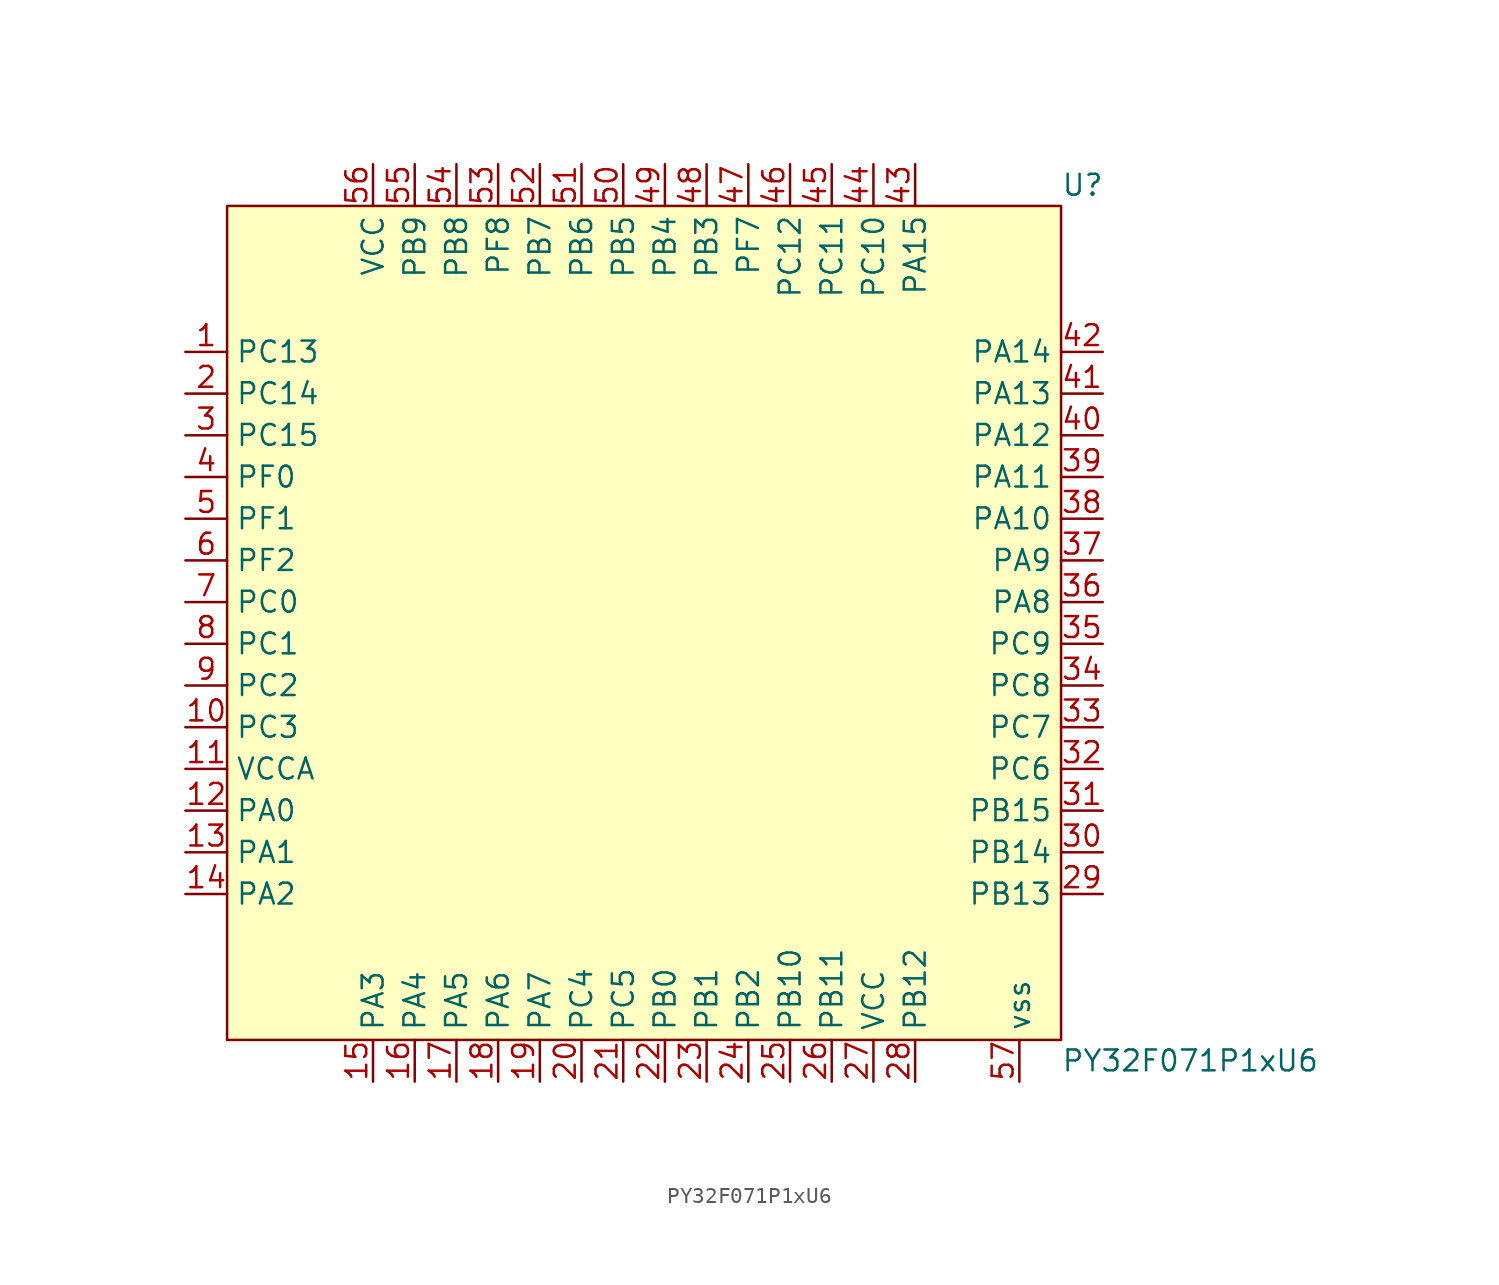
<source format=kicad_sym>
(kicad_symbol_lib
  (version 20241209)
  (generator "kicad_symbol_editor")
  (generator_version "9.0")
  (symbol "PY32F071P1xU6"
    (property "Reference" "U"
      (at 25.4 26.67 0)
      (effects (font (size 1.27 1.27)) (justify left)))
    (property "Value" "PY32F071P1xU6"
      (at 25.4 -26.67 0)
      (effects (font (size 1.27 1.27)) (justify left)))
    (symbol "PY32F071P1xU6_0_0"
      (pin unspecified line (at -27.94 16.51 0) (length 2.54) (name "PC13" (effects (font (size 1.27 1.27)))) (number "1" (effects (font (size 1.27 1.27)))))
      (pin unspecified line (at -27.94 13.97 0) (length 2.54) (name "PC14" (effects (font (size 1.27 1.27)))) (number "2" (effects (font (size 1.27 1.27)))))
      (pin unspecified line (at -27.94 11.43 0) (length 2.54) (name "PC15" (effects (font (size 1.27 1.27)))) (number "3" (effects (font (size 1.27 1.27)))))
      (pin unspecified line (at -27.94 8.89 0) (length 2.54) (name "PF0" (effects (font (size 1.27 1.27)))) (number "4" (effects (font (size 1.27 1.27)))))
      (pin unspecified line (at -27.94 6.35 0) (length 2.54) (name "PF1" (effects (font (size 1.27 1.27)))) (number "5" (effects (font (size 1.27 1.27)))))
      (pin unspecified line (at -27.94 3.81 0) (length 2.54) (name "PF2" (effects (font (size 1.27 1.27)))) (number "6" (effects (font (size 1.27 1.27)))))
      (pin unspecified line (at -27.94 1.27 0) (length 2.54) (name "PC0" (effects (font (size 1.27 1.27)))) (number "7" (effects (font (size 1.27 1.27)))))
      (pin unspecified line (at -27.94 -1.27 0) (length 2.54) (name "PC1" (effects (font (size 1.27 1.27)))) (number "8" (effects (font (size 1.27 1.27)))))
      (pin unspecified line (at -27.94 -3.81 0) (length 2.54) (name "PC2" (effects (font (size 1.27 1.27)))) (number "9" (effects (font (size 1.27 1.27)))))
      (pin unspecified line (at -27.94 -6.35 0) (length 2.54) (name "PC3" (effects (font (size 1.27 1.27)))) (number "10" (effects (font (size 1.27 1.27)))))
      (pin unspecified line (at -27.94 -8.89 0) (length 2.54) (name "VCCA" (effects (font (size 1.27 1.27)))) (number "11" (effects (font (size 1.27 1.27)))))
      (pin unspecified line (at -27.94 -11.43 0) (length 2.54) (name "PA0" (effects (font (size 1.27 1.27)))) (number "12" (effects (font (size 1.27 1.27)))))
      (pin unspecified line (at -27.94 -13.97 0) (length 2.54) (name "PA1" (effects (font (size 1.27 1.27)))) (number "13" (effects (font (size 1.27 1.27)))))
      (pin unspecified line (at -27.94 -16.51 0) (length 2.54) (name "PA2" (effects (font (size 1.27 1.27)))) (number "14" (effects (font (size 1.27 1.27)))))
      (pin unspecified line (at -16.51 -27.94 90) (length 2.54) (name "PA3" (effects (font (size 1.27 1.27)))) (number "15" (effects (font (size 1.27 1.27)))))
      (pin unspecified line (at -13.97 27.94 270) (length 2.54) (name "PB9" (effects (font (size 1.27 1.27)))) (number "55" (effects (font (size 1.27 1.27)))))
      (pin unspecified line (at -13.97 -27.94 90) (length 2.54) (name "PA4" (effects (font (size 1.27 1.27)))) (number "16" (effects (font (size 1.27 1.27)))))
      (pin unspecified line (at -11.43 27.94 270) (length 2.54) (name "PB8" (effects (font (size 1.27 1.27)))) (number "54" (effects (font (size 1.27 1.27)))))
      (pin unspecified line (at -11.43 -27.94 90) (length 2.54) (name "PA5" (effects (font (size 1.27 1.27)))) (number "17" (effects (font (size 1.27 1.27)))))
      (pin unspecified line (at -8.89 27.94 270) (length 2.54) (name "PF8" (effects (font (size 1.27 1.27)))) (number "53" (effects (font (size 1.27 1.27)))))
      (pin unspecified line (at -8.89 -27.94 90) (length 2.54) (name "PA6" (effects (font (size 1.27 1.27)))) (number "18" (effects (font (size 1.27 1.27)))))
      (pin unspecified line (at -6.35 27.94 270) (length 2.54) (name "PB7" (effects (font (size 1.27 1.27)))) (number "52" (effects (font (size 1.27 1.27)))))
      (pin unspecified line (at -6.35 -27.94 90) (length 2.54) (name "PA7" (effects (font (size 1.27 1.27)))) (number "19" (effects (font (size 1.27 1.27)))))
      (pin unspecified line (at -3.81 27.94 270) (length 2.54) (name "PB6" (effects (font (size 1.27 1.27)))) (number "51" (effects (font (size 1.27 1.27)))))
      (pin unspecified line (at -3.81 -27.94 90) (length 2.54) (name "PC4" (effects (font (size 1.27 1.27)))) (number "20" (effects (font (size 1.27 1.27)))))
      (pin unspecified line (at -1.27 27.94 270) (length 2.54) (name "PB5" (effects (font (size 1.27 1.27)))) (number "50" (effects (font (size 1.27 1.27)))))
      (pin unspecified line (at -1.27 -27.94 90) (length 2.54) (name "PC5" (effects (font (size 1.27 1.27)))) (number "21" (effects (font (size 1.27 1.27)))))
      (pin unspecified line (at 1.27 27.94 270) (length 2.54) (name "PB4" (effects (font (size 1.27 1.27)))) (number "49" (effects (font (size 1.27 1.27)))))
      (pin unspecified line (at 1.27 -27.94 90) (length 2.54) (name "PB0" (effects (font (size 1.27 1.27)))) (number "22" (effects (font (size 1.27 1.27)))))
      (pin unspecified line (at 3.81 27.94 270) (length 2.54) (name "PB3" (effects (font (size 1.27 1.27)))) (number "48" (effects (font (size 1.27 1.27)))))
      (pin unspecified line (at 3.81 -27.94 90) (length 2.54) (name "PB1" (effects (font (size 1.27 1.27)))) (number "23" (effects (font (size 1.27 1.27)))))
      (pin unspecified line (at 6.35 27.94 270) (length 2.54) (name "PF7" (effects (font (size 1.27 1.27)))) (number "47" (effects (font (size 1.27 1.27)))))
      (pin unspecified line (at 8.89 27.94 270) (length 2.54) (name "PC12" (effects (font (size 1.27 1.27)))) (number "46" (effects (font (size 1.27 1.27)))))
      (pin unspecified line (at 11.43 27.94 270) (length 2.54) (name "PC11" (effects (font (size 1.27 1.27)))) (number "45" (effects (font (size 1.27 1.27)))))
      (pin unspecified line (at 11.43 -27.94 90) (length 2.54) (name "PB11" (effects (font (size 1.27 1.27)))) (number "26" (effects (font (size 1.27 1.27)))))
      (pin unspecified line (at 13.97 27.94 270) (length 2.54) (name "PC10" (effects (font (size 1.27 1.27)))) (number "44" (effects (font (size 1.27 1.27)))))
      (pin unspecified line (at 13.97 -27.94 90) (length 2.54) (name "VCC" (effects (font (size 1.27 1.27)))) (number "27" (effects (font (size 1.27 1.27)))))
      (pin unspecified line (at 16.51 27.94 270) (length 2.54) (name "PA15" (effects (font (size 1.27 1.27)))) (number "43" (effects (font (size 1.27 1.27)))))
      (pin unspecified line (at 27.94 16.51 180) (length 2.54) (name "PA14" (effects (font (size 1.27 1.27)))) (number "42" (effects (font (size 1.27 1.27)))))
      (pin unspecified line (at 27.94 8.89 180) (length 2.54) (name "PA11" (effects (font (size 1.27 1.27)))) (number "39" (effects (font (size 1.27 1.27)))))
      (pin unspecified line (at 27.94 6.35 180) (length 2.54) (name "PA10" (effects (font (size 1.27 1.27)))) (number "38" (effects (font (size 1.27 1.27)))))
      (pin unspecified line (at 27.94 3.81 180) (length 2.54) (name "PA9" (effects (font (size 1.27 1.27)))) (number "37" (effects (font (size 1.27 1.27)))))
      (pin unspecified line (at 27.94 1.27 180) (length 2.54) (name "PA8" (effects (font (size 1.27 1.27)))) (number "36" (effects (font (size 1.27 1.27)))))
      (pin unspecified line (at 27.94 -1.27 180) (length 2.54) (name "PC9" (effects (font (size 1.27 1.27)))) (number "35" (effects (font (size 1.27 1.27)))))
      (pin unspecified line (at 27.94 -3.81 180) (length 2.54) (name "PC8" (effects (font (size 1.27 1.27)))) (number "34" (effects (font (size 1.27 1.27)))))
      (pin unspecified line (at 27.94 -6.35 180) (length 2.54) (name "PC7" (effects (font (size 1.27 1.27)))) (number "33" (effects (font (size 1.27 1.27)))))
      (pin unspecified line (at 27.94 -8.89 180) (length 2.54) (name "PC6" (effects (font (size 1.27 1.27)))) (number "32" (effects (font (size 1.27 1.27)))))
      (pin unspecified line (at 27.94 -11.43 180) (length 2.54) (name "PB15" (effects (font (size 1.27 1.27)))) (number "31" (effects (font (size 1.27 1.27)))))
      (pin unspecified line (at 27.94 -13.97 180) (length 2.54) (name "PB14" (effects (font (size 1.27 1.27)))) (number "30" (effects (font (size 1.27 1.27)))))
      (pin unspecified line (at 27.94 -16.51 180) (length 2.54) (name "PB13" (effects (font (size 1.27 1.27)))) (number "29" (effects (font (size 1.27 1.27))))))
    (symbol "PY32F071P1xU6_1_0"
      (pin unspecified line (at -16.51 27.94 270) (length 2.54) (name "VCC" (effects (font (size 1.27 1.27)))) (number "56" (effects (font (size 1.27 1.27)))))
      (pin unspecified line (at 6.35 -27.94 90) (length 2.54) (name "PB2" (effects (font (size 1.27 1.27)))) (number "24" (effects (font (size 1.27 1.27)))))
      (pin unspecified line (at 8.89 -27.94 90) (length 2.54) (name "PB10" (effects (font (size 1.27 1.27)))) (number "25" (effects (font (size 1.27 1.27)))))
      (pin unspecified line (at 16.51 -27.94 90) (length 2.54) (name "PB12" (effects (font (size 1.27 1.27)))) (number "28" (effects (font (size 1.27 1.27)))))
      (pin unspecified line (at 22.86 -27.94 90) (length 2.54) (name "vss" (effects (font (size 1.27 1.27)))) (number "57" (effects (font (size 1.27 1.27)))))
      (pin unspecified line (at 27.94 13.97 180) (length 2.54) (name "PA13" (effects (font (size 1.27 1.27)))) (number "41" (effects (font (size 1.27 1.27)))))
      (pin unspecified line (at 27.94 11.43 180) (length 2.54) (name "PA12" (effects (font (size 1.27 1.27)))) (number "40" (effects (font (size 1.27 1.27))))))
    (symbol "PY32F071P1xU6_1_1"
      (rectangle (start -25.4 25.4) (end 25.4 -25.4) (stroke (width 0) (type solid)) (fill (type background))))))
</source>
